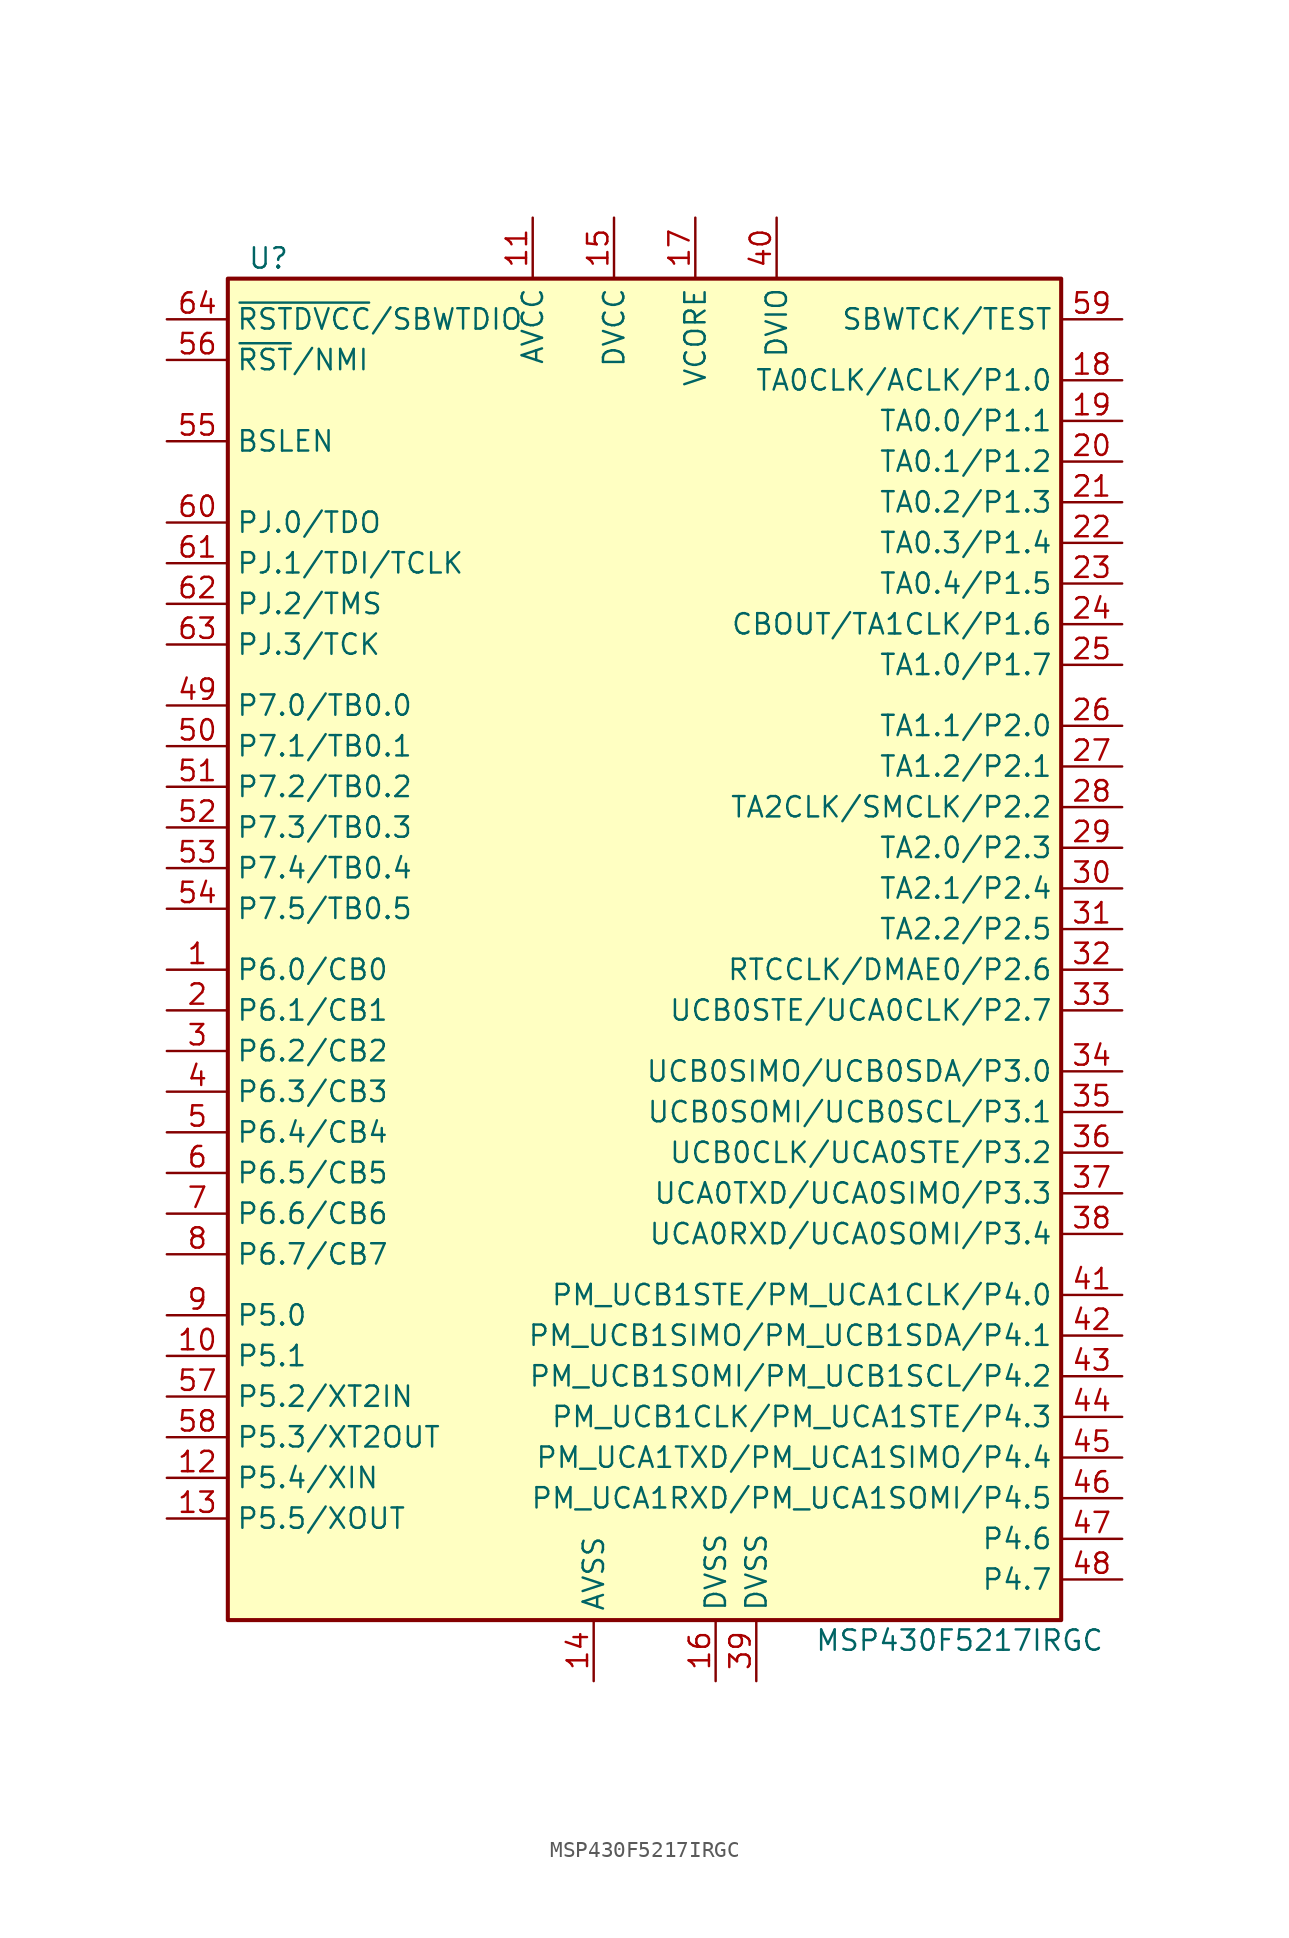
<source format=kicad_sym>
(kicad_symbol_lib
  (version 20201005)
  (generator kicad_symbol_editor)
  (symbol "MSP430F5217IRGC"
    (property "Reference" "U"
      (at -24.13 43.18 0)
      (effects (font (size 1.27 1.27))))
    (property "Value" "MSP430F5217IRGC"
      (at 19.05 -43.18 0)
      (effects (font (size 1.27 1.27))))
    (symbol "MSP430F5217IRGC_0_1"
      (rectangle (start -26.67 41.91) (end 25.4 -41.91) (stroke (width 0.254)) (fill (type background))))
    (symbol "MSP430F5217IRGC_1_1"
      (pin bidirectional line (at -30.48 -1.27 0) (length 3.81) (name "P6.0/CB0" (effects (font (size 1.27 1.27)))) (number "1" (effects (font (size 1.27 1.27)))))
      (pin bidirectional line (at -30.48 -25.4 0) (length 3.81) (name "P5.1" (effects (font (size 1.27 1.27)))) (number "10" (effects (font (size 1.27 1.27)))))
      (pin power_in line (at -7.62 45.72 270) (length 3.81) (name "AVCC" (effects (font (size 1.27 1.27)))) (number "11" (effects (font (size 1.27 1.27)))))
      (pin bidirectional line (at -30.48 -33.02 0) (length 3.81) (name "P5.4/XIN" (effects (font (size 1.27 1.27)))) (number "12" (effects (font (size 1.27 1.27)))))
      (pin bidirectional line (at -30.48 -35.56 0) (length 3.81) (name "P5.5/XOUT" (effects (font (size 1.27 1.27)))) (number "13" (effects (font (size 1.27 1.27)))))
      (pin power_in line (at -3.81 -45.72 90) (length 3.81) (name "AVSS" (effects (font (size 1.27 1.27)))) (number "14" (effects (font (size 1.27 1.27)))))
      (pin power_in line (at -2.54 45.72 270) (length 3.81) (name "DVCC" (effects (font (size 1.27 1.27)))) (number "15" (effects (font (size 1.27 1.27)))))
      (pin power_in line (at 3.81 -45.72 90) (length 3.81) (name "DVSS" (effects (font (size 1.27 1.27)))) (number "16" (effects (font (size 1.27 1.27)))))
      (pin power_in line (at 2.54 45.72 270) (length 3.81) (name "VCORE" (effects (font (size 1.27 1.27)))) (number "17" (effects (font (size 1.27 1.27)))))
      (pin bidirectional line (at 29.21 35.56 180) (length 3.81) (name "TA0CLK/ACLK/P1.0" (effects (font (size 1.27 1.27)))) (number "18" (effects (font (size 1.27 1.27)))))
      (pin bidirectional line (at 29.21 33.02 180) (length 3.81) (name "TA0.0/P1.1" (effects (font (size 1.27 1.27)))) (number "19" (effects (font (size 1.27 1.27)))))
      (pin bidirectional line (at -30.48 -3.81 0) (length 3.81) (name "P6.1/CB1" (effects (font (size 1.27 1.27)))) (number "2" (effects (font (size 1.27 1.27)))))
      (pin bidirectional line (at 29.21 30.48 180) (length 3.81) (name "TA0.1/P1.2" (effects (font (size 1.27 1.27)))) (number "20" (effects (font (size 1.27 1.27)))))
      (pin bidirectional line (at 29.21 27.94 180) (length 3.81) (name "TA0.2/P1.3" (effects (font (size 1.27 1.27)))) (number "21" (effects (font (size 1.27 1.27)))))
      (pin bidirectional line (at 29.21 25.4 180) (length 3.81) (name "TA0.3/P1.4" (effects (font (size 1.27 1.27)))) (number "22" (effects (font (size 1.27 1.27)))))
      (pin bidirectional line (at 29.21 22.86 180) (length 3.81) (name "TA0.4/P1.5" (effects (font (size 1.27 1.27)))) (number "23" (effects (font (size 1.27 1.27)))))
      (pin bidirectional line (at 29.21 20.32 180) (length 3.81) (name "CBOUT/TA1CLK/P1.6" (effects (font (size 1.27 1.27)))) (number "24" (effects (font (size 1.27 1.27)))))
      (pin bidirectional line (at 29.21 17.78 180) (length 3.81) (name "TA1.0/P1.7" (effects (font (size 1.27 1.27)))) (number "25" (effects (font (size 1.27 1.27)))))
      (pin bidirectional line (at 29.21 13.97 180) (length 3.81) (name "TA1.1/P2.0" (effects (font (size 1.27 1.27)))) (number "26" (effects (font (size 1.27 1.27)))))
      (pin bidirectional line (at 29.21 11.43 180) (length 3.81) (name "TA1.2/P2.1" (effects (font (size 1.27 1.27)))) (number "27" (effects (font (size 1.27 1.27)))))
      (pin bidirectional line (at 29.21 8.89 180) (length 3.81) (name "TA2CLK/SMCLK/P2.2" (effects (font (size 1.27 1.27)))) (number "28" (effects (font (size 1.27 1.27)))))
      (pin bidirectional line (at 29.21 6.35 180) (length 3.81) (name "TA2.0/P2.3" (effects (font (size 1.27 1.27)))) (number "29" (effects (font (size 1.27 1.27)))))
      (pin bidirectional line (at -30.48 -6.35 0) (length 3.81) (name "P6.2/CB2" (effects (font (size 1.27 1.27)))) (number "3" (effects (font (size 1.27 1.27)))))
      (pin bidirectional line (at 29.21 3.81 180) (length 3.81) (name "TA2.1/P2.4" (effects (font (size 1.27 1.27)))) (number "30" (effects (font (size 1.27 1.27)))))
      (pin bidirectional line (at 29.21 1.27 180) (length 3.81) (name "TA2.2/P2.5" (effects (font (size 1.27 1.27)))) (number "31" (effects (font (size 1.27 1.27)))))
      (pin bidirectional line (at 29.21 -1.27 180) (length 3.81) (name "RTCCLK/DMAE0/P2.6" (effects (font (size 1.27 1.27)))) (number "32" (effects (font (size 1.27 1.27)))))
      (pin bidirectional line (at 29.21 -3.81 180) (length 3.81) (name "UCB0STE/UCA0CLK/P2.7" (effects (font (size 1.27 1.27)))) (number "33" (effects (font (size 1.27 1.27)))))
      (pin bidirectional line (at 29.21 -7.62 180) (length 3.81) (name "UCB0SIMO/UCB0SDA/P3.0" (effects (font (size 1.27 1.27)))) (number "34" (effects (font (size 1.27 1.27)))))
      (pin bidirectional line (at 29.21 -10.16 180) (length 3.81) (name "UCB0SOMI/UCB0SCL/P3.1" (effects (font (size 1.27 1.27)))) (number "35" (effects (font (size 1.27 1.27)))))
      (pin bidirectional line (at 29.21 -12.7 180) (length 3.81) (name "UCB0CLK/UCA0STE/P3.2" (effects (font (size 1.27 1.27)))) (number "36" (effects (font (size 1.27 1.27)))))
      (pin bidirectional line (at 29.21 -15.24 180) (length 3.81) (name "UCA0TXD/UCA0SIMO/P3.3" (effects (font (size 1.27 1.27)))) (number "37" (effects (font (size 1.27 1.27)))))
      (pin bidirectional line (at 29.21 -17.78 180) (length 3.81) (name "UCA0RXD/UCA0SOMI/P3.4" (effects (font (size 1.27 1.27)))) (number "38" (effects (font (size 1.27 1.27)))))
      (pin power_in line (at 6.35 -45.72 90) (length 3.81) (name "DVSS" (effects (font (size 1.27 1.27)))) (number "39" (effects (font (size 1.27 1.27)))))
      (pin bidirectional line (at -30.48 -8.89 0) (length 3.81) (name "P6.3/CB3" (effects (font (size 1.27 1.27)))) (number "4" (effects (font (size 1.27 1.27)))))
      (pin power_in line (at 7.62 45.72 270) (length 3.81) (name "DVIO" (effects (font (size 1.27 1.27)))) (number "40" (effects (font (size 1.27 1.27)))))
      (pin bidirectional line (at 29.21 -21.59 180) (length 3.81) (name "PM_UCB1STE/PM_UCA1CLK/P4.0" (effects (font (size 1.27 1.27)))) (number "41" (effects (font (size 1.27 1.27)))))
      (pin bidirectional line (at 29.21 -24.13 180) (length 3.81) (name "PM_UCB1SIMO/PM_UCB1SDA/P4.1" (effects (font (size 1.27 1.27)))) (number "42" (effects (font (size 1.27 1.27)))))
      (pin bidirectional line (at 29.21 -26.67 180) (length 3.81) (name "PM_UCB1SOMI/PM_UCB1SCL/P4.2" (effects (font (size 1.27 1.27)))) (number "43" (effects (font (size 1.27 1.27)))))
      (pin bidirectional line (at 29.21 -29.21 180) (length 3.81) (name "PM_UCB1CLK/PM_UCA1STE/P4.3" (effects (font (size 1.27 1.27)))) (number "44" (effects (font (size 1.27 1.27)))))
      (pin bidirectional line (at 29.21 -31.75 180) (length 3.81) (name "PM_UCA1TXD/PM_UCA1SIMO/P4.4" (effects (font (size 1.27 1.27)))) (number "45" (effects (font (size 1.27 1.27)))))
      (pin bidirectional line (at 29.21 -34.29 180) (length 3.81) (name "PM_UCA1RXD/PM_UCA1SOMI/P4.5" (effects (font (size 1.27 1.27)))) (number "46" (effects (font (size 1.27 1.27)))))
      (pin bidirectional line (at 29.21 -36.83 180) (length 3.81) (name "P4.6" (effects (font (size 1.27 1.27)))) (number "47" (effects (font (size 1.27 1.27)))))
      (pin bidirectional line (at 29.21 -39.37 180) (length 3.81) (name "P4.7" (effects (font (size 1.27 1.27)))) (number "48" (effects (font (size 1.27 1.27)))))
      (pin bidirectional line (at -30.48 15.24 0) (length 3.81) (name "P7.0/TB0.0" (effects (font (size 1.27 1.27)))) (number "49" (effects (font (size 1.27 1.27)))))
      (pin bidirectional line (at -30.48 -11.43 0) (length 3.81) (name "P6.4/CB4" (effects (font (size 1.27 1.27)))) (number "5" (effects (font (size 1.27 1.27)))))
      (pin bidirectional line (at -30.48 12.7 0) (length 3.81) (name "P7.1/TB0.1" (effects (font (size 1.27 1.27)))) (number "50" (effects (font (size 1.27 1.27)))))
      (pin bidirectional line (at -30.48 10.16 0) (length 3.81) (name "P7.2/TB0.2" (effects (font (size 1.27 1.27)))) (number "51" (effects (font (size 1.27 1.27)))))
      (pin bidirectional line (at -30.48 7.62 0) (length 3.81) (name "P7.3/TB0.3" (effects (font (size 1.27 1.27)))) (number "52" (effects (font (size 1.27 1.27)))))
      (pin bidirectional line (at -30.48 5.08 0) (length 3.81) (name "P7.4/TB0.4" (effects (font (size 1.27 1.27)))) (number "53" (effects (font (size 1.27 1.27)))))
      (pin bidirectional line (at -30.48 2.54 0) (length 3.81) (name "P7.5/TB0.5" (effects (font (size 1.27 1.27)))) (number "54" (effects (font (size 1.27 1.27)))))
      (pin bidirectional line (at -30.48 31.75 0) (length 3.81) (name "BSLEN" (effects (font (size 1.27 1.27)))) (number "55" (effects (font (size 1.27 1.27)))))
      (pin input line (at -30.48 36.83 0) (length 3.81) (name "~RST~/NMI" (effects (font (size 1.27 1.27)))) (number "56" (effects (font (size 1.27 1.27)))))
      (pin bidirectional line (at -30.48 -27.94 0) (length 3.81) (name "P5.2/XT2IN" (effects (font (size 1.27 1.27)))) (number "57" (effects (font (size 1.27 1.27)))))
      (pin bidirectional line (at -30.48 -30.48 0) (length 3.81) (name "P5.3/XT2OUT" (effects (font (size 1.27 1.27)))) (number "58" (effects (font (size 1.27 1.27)))))
      (pin input line (at 29.21 39.37 180) (length 3.81) (name "SBWTCK/TEST" (effects (font (size 1.27 1.27)))) (number "59" (effects (font (size 1.27 1.27)))))
      (pin bidirectional line (at -30.48 -13.97 0) (length 3.81) (name "P6.5/CB5" (effects (font (size 1.27 1.27)))) (number "6" (effects (font (size 1.27 1.27)))))
      (pin bidirectional line (at -30.48 26.67 0) (length 3.81) (name "PJ.0/TDO" (effects (font (size 1.27 1.27)))) (number "60" (effects (font (size 1.27 1.27)))))
      (pin bidirectional line (at -30.48 24.13 0) (length 3.81) (name "PJ.1/TDI/TCLK" (effects (font (size 1.27 1.27)))) (number "61" (effects (font (size 1.27 1.27)))))
      (pin bidirectional line (at -30.48 21.59 0) (length 3.81) (name "PJ.2/TMS" (effects (font (size 1.27 1.27)))) (number "62" (effects (font (size 1.27 1.27)))))
      (pin bidirectional line (at -30.48 19.05 0) (length 3.81) (name "PJ.3/TCK" (effects (font (size 1.27 1.27)))) (number "63" (effects (font (size 1.27 1.27)))))
      (pin bidirectional line (at -30.48 39.37 0) (length 3.81) (name "~RSTDVCC~/SBWTDIO" (effects (font (size 1.27 1.27)))) (number "64" (effects (font (size 1.27 1.27)))))
      (pin bidirectional line (at -30.48 -16.51 0) (length 3.81) (name "P6.6/CB6" (effects (font (size 1.27 1.27)))) (number "7" (effects (font (size 1.27 1.27)))))
      (pin bidirectional line (at -30.48 -19.05 0) (length 3.81) (name "P6.7/CB7" (effects (font (size 1.27 1.27)))) (number "8" (effects (font (size 1.27 1.27)))))
      (pin bidirectional line (at -30.48 -22.86 0) (length 3.81) (name "P5.0" (effects (font (size 1.27 1.27)))) (number "9" (effects (font (size 1.27 1.27))))))))
</source>
